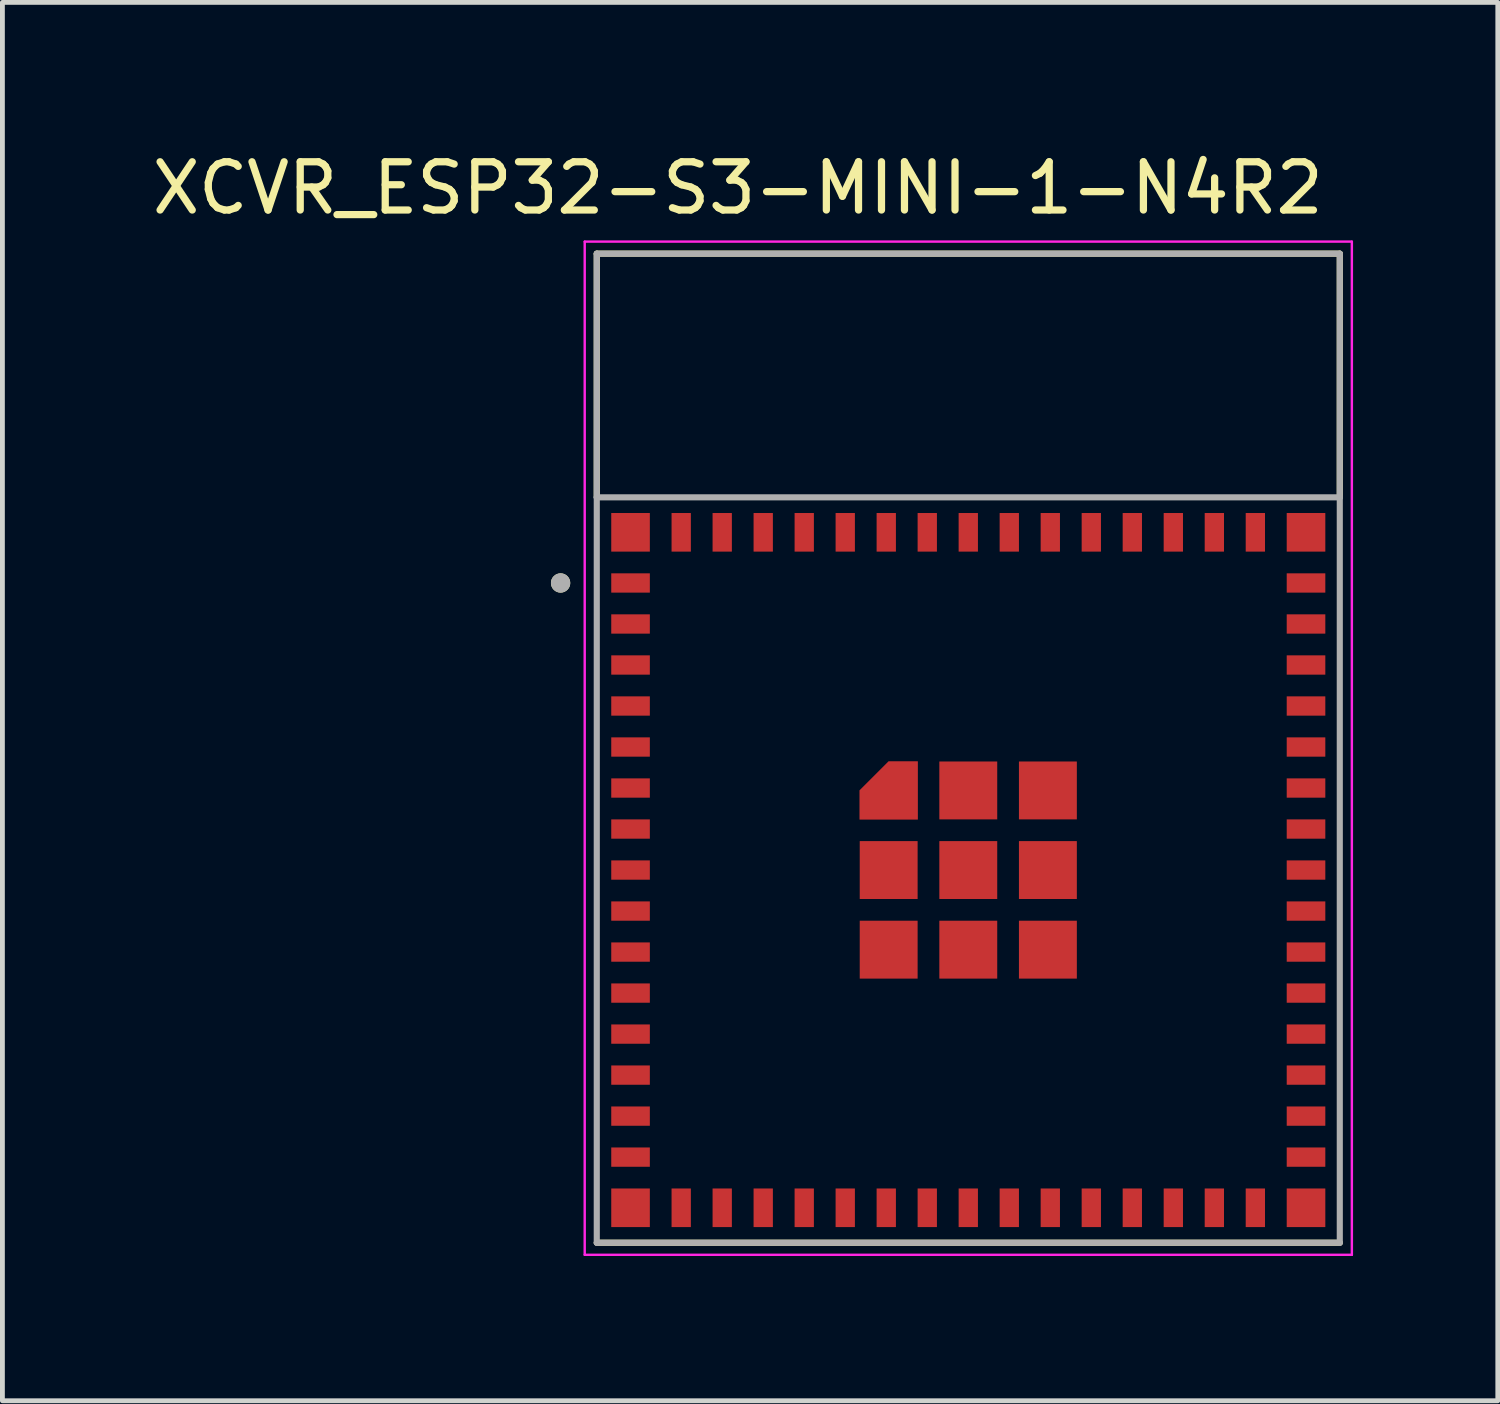
<source format=kicad_pcb>
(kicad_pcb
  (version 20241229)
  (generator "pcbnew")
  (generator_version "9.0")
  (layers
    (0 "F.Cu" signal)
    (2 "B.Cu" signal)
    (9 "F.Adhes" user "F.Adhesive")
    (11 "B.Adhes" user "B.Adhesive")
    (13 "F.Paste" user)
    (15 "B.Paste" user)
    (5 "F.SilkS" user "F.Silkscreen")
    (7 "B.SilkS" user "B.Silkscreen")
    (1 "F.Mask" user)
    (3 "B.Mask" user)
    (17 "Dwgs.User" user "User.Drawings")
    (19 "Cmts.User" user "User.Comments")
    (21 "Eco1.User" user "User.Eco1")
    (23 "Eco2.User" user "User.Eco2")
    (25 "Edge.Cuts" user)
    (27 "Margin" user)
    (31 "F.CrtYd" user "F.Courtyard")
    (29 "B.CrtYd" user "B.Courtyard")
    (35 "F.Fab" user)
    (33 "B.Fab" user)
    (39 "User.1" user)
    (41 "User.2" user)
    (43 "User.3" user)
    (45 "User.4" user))
  (footprint "XCVR_ESP32-S3-MINI-1-N4R2"
    (layer "F.Cu")
    (at 17.019 12.458)
    (property "Reference" "XCVR_ESP32-S3-MINI-1-N4R2" (at -4.775 -11.61 0) (layer "F.SilkS") (effects (font (size 1 1) (thickness 0.15))))
    (attr smd)
    (fp_poly (pts (xy -2.35 1.575) (xy -0.95 1.575) (xy -0.95 0.175) (xy -1.7 0.175) (xy -2.35 0.825)) (stroke (width 0.01) (type solid)) (fill yes) (layer "F.Mask"))
    (fp_line (start -7.7 -10.25) (end 7.7 -10.25) (stroke (width 0.127) (type solid)) (layer "F.SilkS"))
    (fp_line (start -7.7 -5.2) (end -7.7 -10.25) (stroke (width 0.127) (type solid)) (layer "F.SilkS"))
    (fp_line (start 7.7 -10.25) (end 7.7 -5.2) (stroke (width 0.127) (type solid)) (layer "F.SilkS"))
    (fp_line (start 7.7 10.25) (end -7.7 10.25) (stroke (width 0.127) (type solid)) (layer "F.SilkS"))
    (fp_circle (center -8.45 -3.425) (end -8.35 -3.425) (stroke (width 0.2) (type solid)) (fill no) (layer "F.SilkS"))
    (fp_poly (pts (xy -2.25 1.475) (xy -1.05 1.475) (xy -1.05 0.275) (xy -1.65 0.275) (xy -2.25 0.875)) (stroke (width 0.01) (type solid)) (fill yes) (layer "F.Paste"))
    (fp_line (start -7.95 -10.5) (end -7.95 10.5) (stroke (width 0.05) (type solid)) (layer "F.CrtYd"))
    (fp_line (start -7.95 10.5) (end 7.95 10.5) (stroke (width 0.05) (type solid)) (layer "F.CrtYd"))
    (fp_line (start 7.95 -10.5) (end -7.95 -10.5) (stroke (width 0.05) (type solid)) (layer "F.CrtYd"))
    (fp_line (start 7.95 10.5) (end 7.95 -10.5) (stroke (width 0.05) (type solid)) (layer "F.CrtYd"))
    (fp_line (start -7.7 -10.25) (end 7.7 -10.25) (stroke (width 0.127) (type solid)) (layer "F.Fab"))
    (fp_line (start -7.7 -5.2) (end -7.7 -10.25) (stroke (width 0.127) (type solid)) (layer "F.Fab"))
    (fp_line (start -7.7 -5.2) (end 7.7 -5.2) (stroke (width 0.127) (type solid)) (layer "F.Fab"))
    (fp_line (start -7.7 10.25) (end -7.7 -5.2) (stroke (width 0.127) (type solid)) (layer "F.Fab"))
    (fp_line (start 7.7 -10.25) (end 7.7 -5.2) (stroke (width 0.127) (type solid)) (layer "F.Fab"))
    (fp_line (start 7.7 -5.2) (end 7.7 10.25) (stroke (width 0.127) (type solid)) (layer "F.Fab"))
    (fp_line (start 7.7 10.25) (end -7.7 10.25) (stroke (width 0.127) (type solid)) (layer "F.Fab"))
    (fp_circle (center -8.45 -3.425) (end -8.35 -3.425) (stroke (width 0.2) (type solid)) (fill no) (layer "F.Fab"))
    (pad "1" smd rect (at -7 -3.425) (size 0.8 0.4) (layers "F.Cu" "F.Mask" "F.Paste"))
    (pad "2" smd rect (at -7 -2.575) (size 0.8 0.4) (layers "F.Cu" "F.Mask" "F.Paste"))
    (pad "3" smd rect (at -7 -1.725) (size 0.8 0.4) (layers "F.Cu" "F.Mask" "F.Paste"))
    (pad "4" smd rect (at -7 -0.875) (size 0.8 0.4) (layers "F.Cu" "F.Mask" "F.Paste"))
    (pad "5" smd rect (at -7 -0.025) (size 0.8 0.4) (layers "F.Cu" "F.Mask" "F.Paste"))
    (pad "6" smd rect (at -7 0.825) (size 0.8 0.4) (layers "F.Cu" "F.Mask" "F.Paste"))
    (pad "7" smd rect (at -7 1.675) (size 0.8 0.4) (layers "F.Cu" "F.Mask" "F.Paste"))
    (pad "8" smd rect (at -7 2.525) (size 0.8 0.4) (layers "F.Cu" "F.Mask" "F.Paste"))
    (pad "9" smd rect (at -7 3.375) (size 0.8 0.4) (layers "F.Cu" "F.Mask" "F.Paste"))
    (pad "10" smd rect (at -7 4.225) (size 0.8 0.4) (layers "F.Cu" "F.Mask" "F.Paste"))
    (pad "11" smd rect (at -7 5.075) (size 0.8 0.4) (layers "F.Cu" "F.Mask" "F.Paste"))
    (pad "12" smd rect (at -7 5.925) (size 0.8 0.4) (layers "F.Cu" "F.Mask" "F.Paste"))
    (pad "13" smd rect (at -7 6.775) (size 0.8 0.4) (layers "F.Cu" "F.Mask" "F.Paste"))
    (pad "14" smd rect (at -7 7.625) (size 0.8 0.4) (layers "F.Cu" "F.Mask" "F.Paste"))
    (pad "15" smd rect (at -7 8.475) (size 0.8 0.4) (layers "F.Cu" "F.Mask" "F.Paste"))
    (pad "16" smd rect (at -5.95 9.525) (size 0.4 0.8) (layers "F.Cu" "F.Mask" "F.Paste"))
    (pad "17" smd rect (at -5.1 9.525) (size 0.4 0.8) (layers "F.Cu" "F.Mask" "F.Paste"))
    (pad "18" smd rect (at -4.25 9.525) (size 0.4 0.8) (layers "F.Cu" "F.Mask" "F.Paste"))
    (pad "19" smd rect (at -3.4 9.525) (size 0.4 0.8) (layers "F.Cu" "F.Mask" "F.Paste"))
    (pad "20" smd rect (at -2.55 9.525) (size 0.4 0.8) (layers "F.Cu" "F.Mask" "F.Paste"))
    (pad "21" smd rect (at -1.7 9.525) (size 0.4 0.8) (layers "F.Cu" "F.Mask" "F.Paste"))
    (pad "22" smd rect (at -0.85 9.525) (size 0.4 0.8) (layers "F.Cu" "F.Mask" "F.Paste"))
    (pad "23" smd rect (at 0 9.525) (size 0.4 0.8) (layers "F.Cu" "F.Mask" "F.Paste"))
    (pad "24" smd rect (at 0.85 9.525) (size 0.4 0.8) (layers "F.Cu" "F.Mask" "F.Paste"))
    (pad "25" smd rect (at 1.7 9.525) (size 0.4 0.8) (layers "F.Cu" "F.Mask" "F.Paste"))
    (pad "26" smd rect (at 2.55 9.525) (size 0.4 0.8) (layers "F.Cu" "F.Mask" "F.Paste"))
    (pad "27" smd rect (at 3.4 9.525) (size 0.4 0.8) (layers "F.Cu" "F.Mask" "F.Paste"))
    (pad "28" smd rect (at 4.25 9.525) (size 0.4 0.8) (layers "F.Cu" "F.Mask" "F.Paste"))
    (pad "29" smd rect (at 5.1 9.525) (size 0.4 0.8) (layers "F.Cu" "F.Mask" "F.Paste"))
    (pad "30" smd rect (at 5.95 9.525) (size 0.4 0.8) (layers "F.Cu" "F.Mask" "F.Paste"))
    (pad "31" smd rect (at 7 8.475) (size 0.8 0.4) (layers "F.Cu" "F.Mask" "F.Paste"))
    (pad "32" smd rect (at 7 7.625) (size 0.8 0.4) (layers "F.Cu" "F.Mask" "F.Paste"))
    (pad "33" smd rect (at 7 6.775) (size 0.8 0.4) (layers "F.Cu" "F.Mask" "F.Paste"))
    (pad "34" smd rect (at 7 5.925) (size 0.8 0.4) (layers "F.Cu" "F.Mask" "F.Paste"))
    (pad "35" smd rect (at 7 5.075) (size 0.8 0.4) (layers "F.Cu" "F.Mask" "F.Paste"))
    (pad "36" smd rect (at 7 4.225) (size 0.8 0.4) (layers "F.Cu" "F.Mask" "F.Paste"))
    (pad "37" smd rect (at 7 3.375) (size 0.8 0.4) (layers "F.Cu" "F.Mask" "F.Paste"))
    (pad "38" smd rect (at 7 2.525) (size 0.8 0.4) (layers "F.Cu" "F.Mask" "F.Paste"))
    (pad "39" smd rect (at 7 1.675) (size 0.8 0.4) (layers "F.Cu" "F.Mask" "F.Paste"))
    (pad "40" smd rect (at 7 0.825) (size 0.8 0.4) (layers "F.Cu" "F.Mask" "F.Paste"))
    (pad "41" smd rect (at 7 -0.025) (size 0.8 0.4) (layers "F.Cu" "F.Mask" "F.Paste"))
    (pad "42" smd rect (at 7 -0.875) (size 0.8 0.4) (layers "F.Cu" "F.Mask" "F.Paste"))
    (pad "43" smd rect (at 7 -1.725) (size 0.8 0.4) (layers "F.Cu" "F.Mask" "F.Paste"))
    (pad "44" smd rect (at 7 -2.575) (size 0.8 0.4) (layers "F.Cu" "F.Mask" "F.Paste"))
    (pad "45" smd rect (at 7 -3.425) (size 0.8 0.4) (layers "F.Cu" "F.Mask" "F.Paste"))
    (pad "46" smd rect (at 5.95 -4.475) (size 0.4 0.8) (layers "F.Cu" "F.Mask" "F.Paste"))
    (pad "47" smd rect (at 5.1 -4.475) (size 0.4 0.8) (layers "F.Cu" "F.Mask" "F.Paste"))
    (pad "48" smd rect (at 4.25 -4.475) (size 0.4 0.8) (layers "F.Cu" "F.Mask" "F.Paste"))
    (pad "49" smd rect (at 3.4 -4.475) (size 0.4 0.8) (layers "F.Cu" "F.Mask" "F.Paste"))
    (pad "50" smd rect (at 2.55 -4.475) (size 0.4 0.8) (layers "F.Cu" "F.Mask" "F.Paste"))
    (pad "51" smd rect (at 1.7 -4.475) (size 0.4 0.8) (layers "F.Cu" "F.Mask" "F.Paste"))
    (pad "52" smd rect (at 0.85 -4.475) (size 0.4 0.8) (layers "F.Cu" "F.Mask" "F.Paste"))
    (pad "53" smd rect (at 0 -4.475) (size 0.4 0.8) (layers "F.Cu" "F.Mask" "F.Paste"))
    (pad "54" smd rect (at -0.85 -4.475) (size 0.4 0.8) (layers "F.Cu" "F.Mask" "F.Paste"))
    (pad "55" smd rect (at -1.7 -4.475) (size 0.4 0.8) (layers "F.Cu" "F.Mask" "F.Paste"))
    (pad "56" smd rect (at -2.55 -4.475) (size 0.4 0.8) (layers "F.Cu" "F.Mask" "F.Paste"))
    (pad "57" smd rect (at -3.4 -4.475) (size 0.4 0.8) (layers "F.Cu" "F.Mask" "F.Paste"))
    (pad "58" smd rect (at -4.25 -4.475) (size 0.4 0.8) (layers "F.Cu" "F.Mask" "F.Paste"))
    (pad "59" smd rect (at -5.1 -4.475) (size 0.4 0.8) (layers "F.Cu" "F.Mask" "F.Paste"))
    (pad "60" smd rect (at -5.95 -4.475) (size 0.4 0.8) (layers "F.Cu" "F.Mask" "F.Paste"))
    (pad "61" smd rect (at 0 2.525) (size 1.2 1.2) (layers "F.Cu" "F.Mask" "F.Paste"))
    (pad "61_1" smd custom (at -1.65 0.875) (size 0.4 0.4) (layers "F.Cu") (options (anchor rect)) (primitives (gr_poly (pts (xy -0.6 0.6) (xy 0.6 0.6) (xy 0.6 -0.6) (xy 0 -0.6) (xy -0.6 0)) (width 0.01) (fill yes))))
    (pad "61_2" smd rect (at 0 0.875) (size 1.2 1.2) (layers "F.Cu" "F.Mask" "F.Paste"))
    (pad "61_3" smd rect (at 1.65 0.875) (size 1.2 1.2) (layers "F.Cu" "F.Mask" "F.Paste"))
    (pad "61_4" smd rect (at 1.65 2.525) (size 1.2 1.2) (layers "F.Cu" "F.Mask" "F.Paste"))
    (pad "61_5" smd rect (at 1.65 4.175) (size 1.2 1.2) (layers "F.Cu" "F.Mask" "F.Paste"))
    (pad "61_6" smd rect (at 0 4.175) (size 1.2 1.2) (layers "F.Cu" "F.Mask" "F.Paste"))
    (pad "61_7" smd rect (at -1.65 4.175) (size 1.2 1.2) (layers "F.Cu" "F.Mask" "F.Paste"))
    (pad "61_8" smd rect (at -1.65 2.525) (size 1.2 1.2) (layers "F.Cu" "F.Mask" "F.Paste"))
    (pad "62" smd rect (at -7 -4.475) (size 0.8 0.8) (layers "F.Cu" "F.Mask" "F.Paste"))
    (pad "63" smd rect (at -7 9.525) (size 0.8 0.8) (layers "F.Cu" "F.Mask" "F.Paste"))
    (pad "64" smd rect (at 7 9.525) (size 0.8 0.8) (layers "F.Cu" "F.Mask" "F.Paste"))
    (pad "65" smd rect (at 7 -4.475) (size 0.8 0.8) (layers "F.Cu" "F.Mask" "F.Paste"))
    (zone (net_name "") (layer "F.Cu") (hatch full 0.508) (connect_pads) (min_thickness 0.01) (filled_areas_thickness no) (keepout (tracks not_allowed) (vias not_allowed) (pads not_allowed) (copperpour not_allowed) (footprints allowed)) (placement (enabled no)) (fill) (polygon (pts (xy 9.319 2.208) (xy 24.719 2.208) (xy 24.719 7.258) (xy 9.319 7.258))))
    (zone (net_name "") (layers "F.Cu" "B.Cu") (hatch full 0.508) (connect_pads) (min_thickness 0.01) (filled_areas_thickness no) (keepout (tracks allowed) (vias not_allowed) (pads allowed) (copperpour allowed) (footprints allowed)) (placement (enabled no)) (fill) (polygon (pts (xy 9.319 2.208) (xy 24.719 2.208) (xy 24.719 7.258) (xy 9.319 7.258))))
    (zone (net_name "") (layer "B.Cu") (hatch full 0.508) (connect_pads) (min_thickness 0.01) (filled_areas_thickness no) (keepout (tracks not_allowed) (vias not_allowed) (pads not_allowed) (copperpour not_allowed) (footprints allowed)) (placement (enabled no)) (fill) (polygon (pts (xy 9.319 2.208) (xy 24.719 2.208) (xy 24.719 7.258) (xy 9.319 7.258)))))
  (gr_rect
    (start -3 -3)
    (end 27.994 25.983)
    (stroke (width 0.1) (type default))
    (fill no)
    (layer "Edge.Cuts")))
</source>
